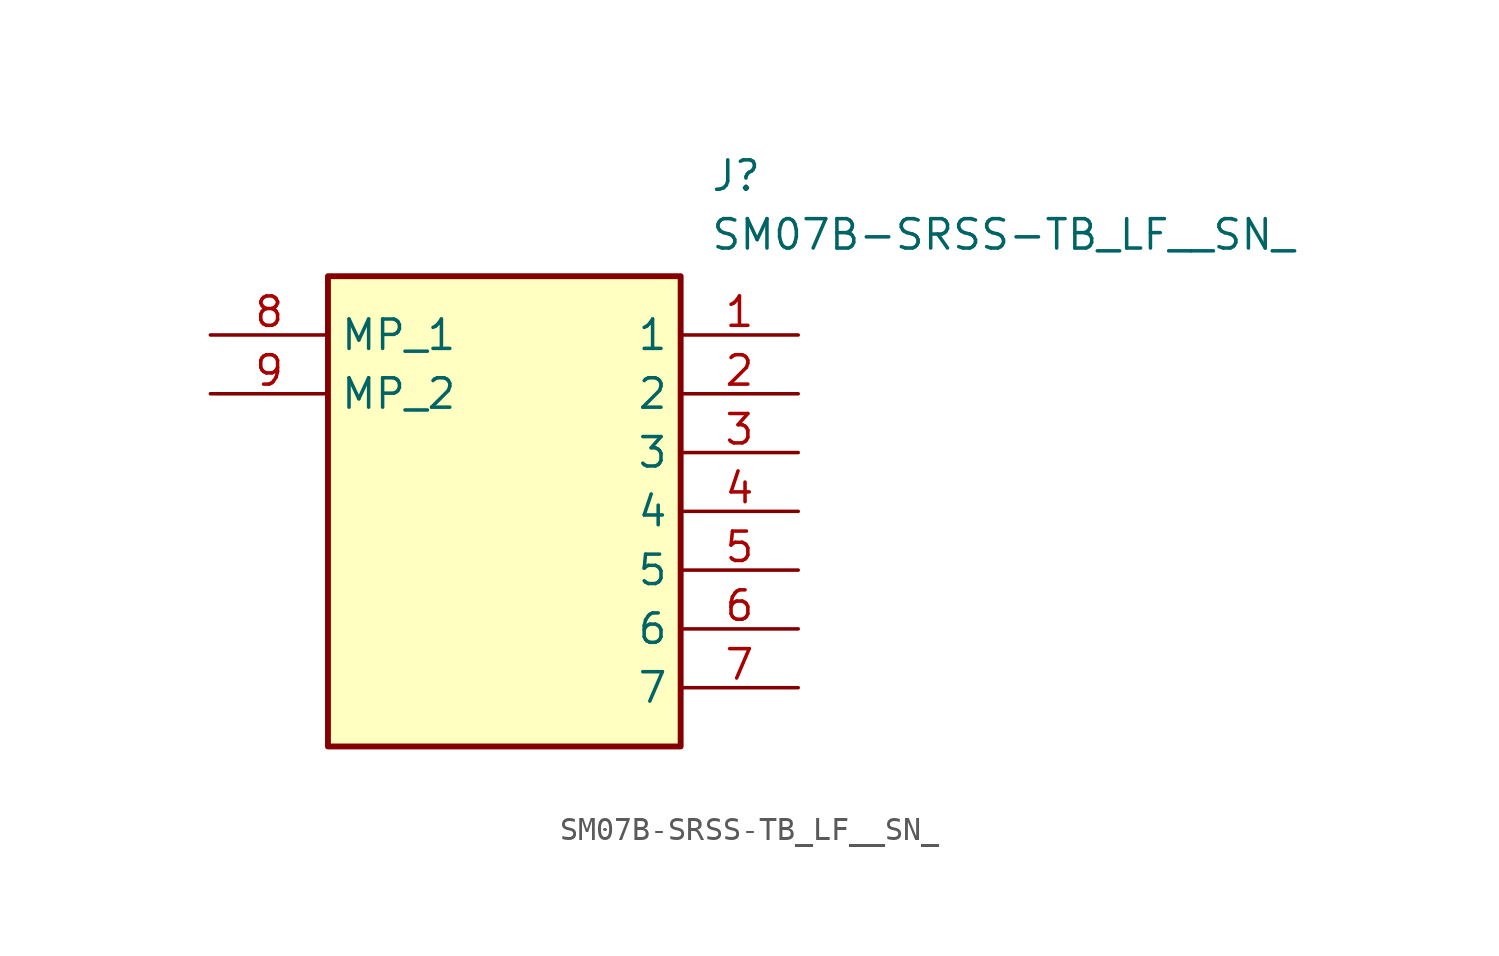
<source format=kicad_sym>
(kicad_symbol_lib
  (version 20211014)
  (generator SamacSys_ECAD_Model)
  (symbol "SM07B-SRSS-TB_LF__SN_"
    (property "Reference" "J"
      (at 21.59 7.62 0)
      (effects (font (size 1.27 1.27)) (justify left top)))
    (property "Value" "SM07B-SRSS-TB_LF__SN_"
      (at 21.59 5.08 0)
      (effects (font (size 1.27 1.27)) (justify left top)))
    (rectangle
      (start 5.08 2.54)
      (end 20.32 -17.78)
      (stroke (width 0.254) (type default))
      (fill (type background)))
    (pin passive line
      (at 25.4 0 180)
      (length 5.08)
      (name "1" (effects (font (size 1.27 1.27))))
      (number "1" (effects (font (size 1.27 1.27)))))
    (pin passive line
      (at 25.4 -2.54 180)
      (length 5.08)
      (name "2" (effects (font (size 1.27 1.27))))
      (number "2" (effects (font (size 1.27 1.27)))))
    (pin passive line
      (at 25.4 -5.08 180)
      (length 5.08)
      (name "3" (effects (font (size 1.27 1.27))))
      (number "3" (effects (font (size 1.27 1.27)))))
    (pin passive line
      (at 25.4 -7.62 180)
      (length 5.08)
      (name "4" (effects (font (size 1.27 1.27))))
      (number "4" (effects (font (size 1.27 1.27)))))
    (pin passive line
      (at 25.4 -10.16 180)
      (length 5.08)
      (name "5" (effects (font (size 1.27 1.27))))
      (number "5" (effects (font (size 1.27 1.27)))))
    (pin passive line
      (at 25.4 -12.7 180)
      (length 5.08)
      (name "6" (effects (font (size 1.27 1.27))))
      (number "6" (effects (font (size 1.27 1.27)))))
    (pin passive line
      (at 25.4 -15.24 180)
      (length 5.08)
      (name "7" (effects (font (size 1.27 1.27))))
      (number "7" (effects (font (size 1.27 1.27)))))
    (pin passive line
      (at 0 0 0)
      (length 5.08)
      (name "MP_1" (effects (font (size 1.27 1.27))))
      (number "8" (effects (font (size 1.27 1.27)))))
    (pin passive line
      (at 0 -2.54 0)
      (length 5.08)
      (name "MP_2" (effects (font (size 1.27 1.27))))
      (number "9" (effects (font (size 1.27 1.27)))))))
</source>
